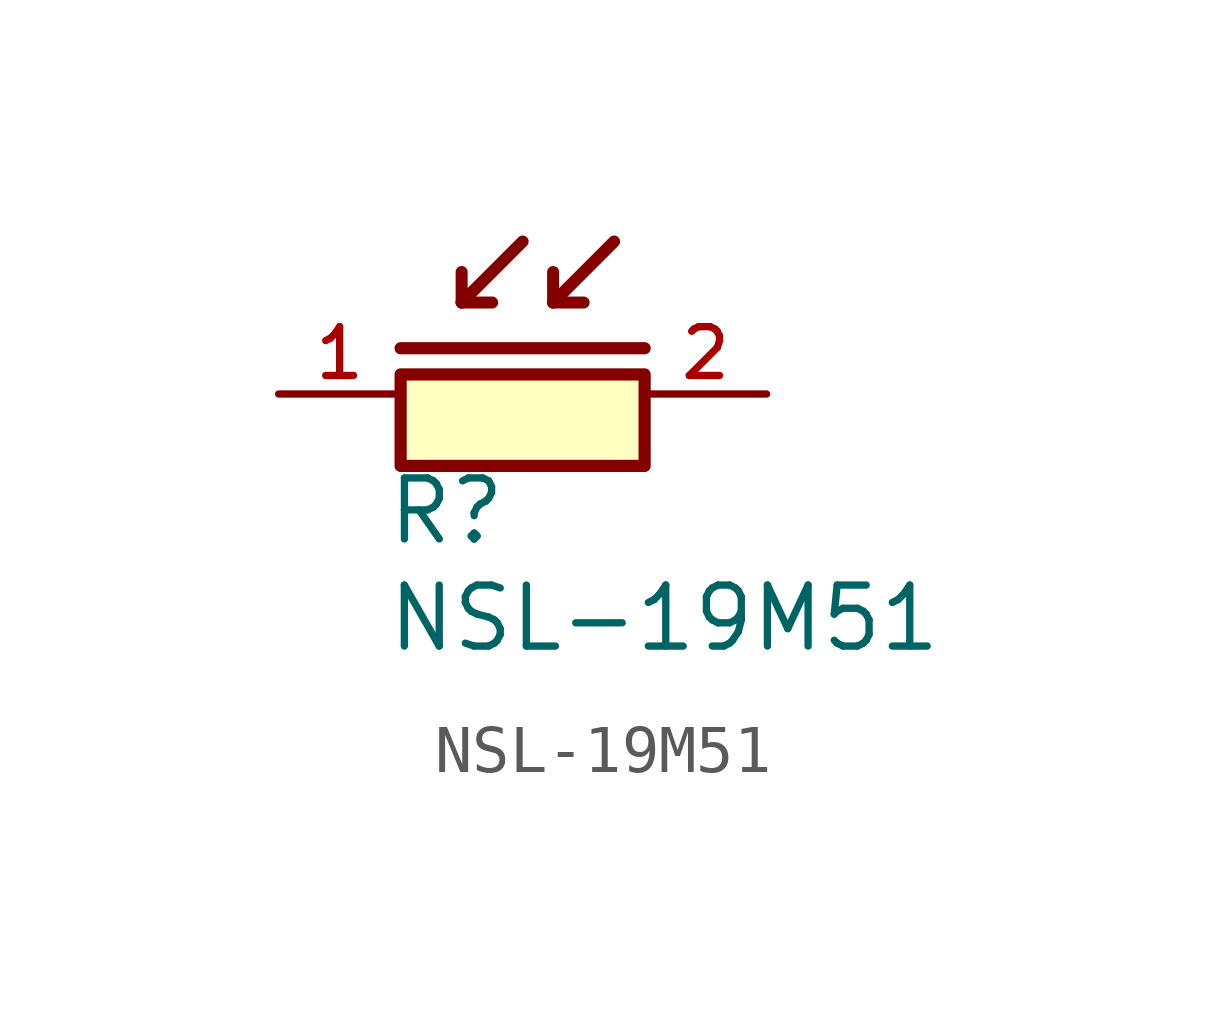
<source format=kicad_sym>
(kicad_symbol_lib
  (version 20211014)
  (generator kicad_symbol_editor)
  (symbol "NSL-19M51"
    (pin_names
      (offset 1.016))
    (property "Reference" "R"
      (at -2.863 -3.181 0)
      (effects (font (size 1.27 1.27)) (justify bottom left)))
    (property "Value" "NSL-19M51"
      (at -2.865 -5.411 0)
      (effects (font (size 1.27 1.27)) (justify bottom left)))
    (symbol "NSL-19M51_0_0"
      (polyline (pts (xy -2.54 0.953) (xy 2.54 0.953)) (stroke (width 0.254)))
      (polyline (pts (xy 0.0 3.175) (xy -1.27 1.905)) (stroke (width 0.25)))
      (polyline (pts (xy -1.27 1.905) (xy -1.27 2.54)) (stroke (width 0.25)))
      (polyline (pts (xy -1.27 1.905) (xy -0.635 1.905)) (stroke (width 0.25)))
      (polyline (pts (xy 1.905 3.175) (xy 0.635 1.905)) (stroke (width 0.25)))
      (polyline (pts (xy 0.635 1.905) (xy 0.635 2.54)) (stroke (width 0.25)))
      (polyline (pts (xy 0.635 1.905) (xy 1.27 1.905)) (stroke (width 0.25)))
      (rectangle (start -2.54 -1.497) (end 2.54 0.408) (stroke (width 0.254)) (fill (type background)))
      (pin passive line (at -5.08 0.0 0) (length 2.54) (name "~" (effects (font (size 1.016 1.016)))) (number "1" (effects (font (size 1.016 1.016)))))
      (pin passive line (at 5.08 0.0 180.0) (length 2.54) (name "~" (effects (font (size 1.016 1.016)))) (number "2" (effects (font (size 1.016 1.016))))))))
</source>
